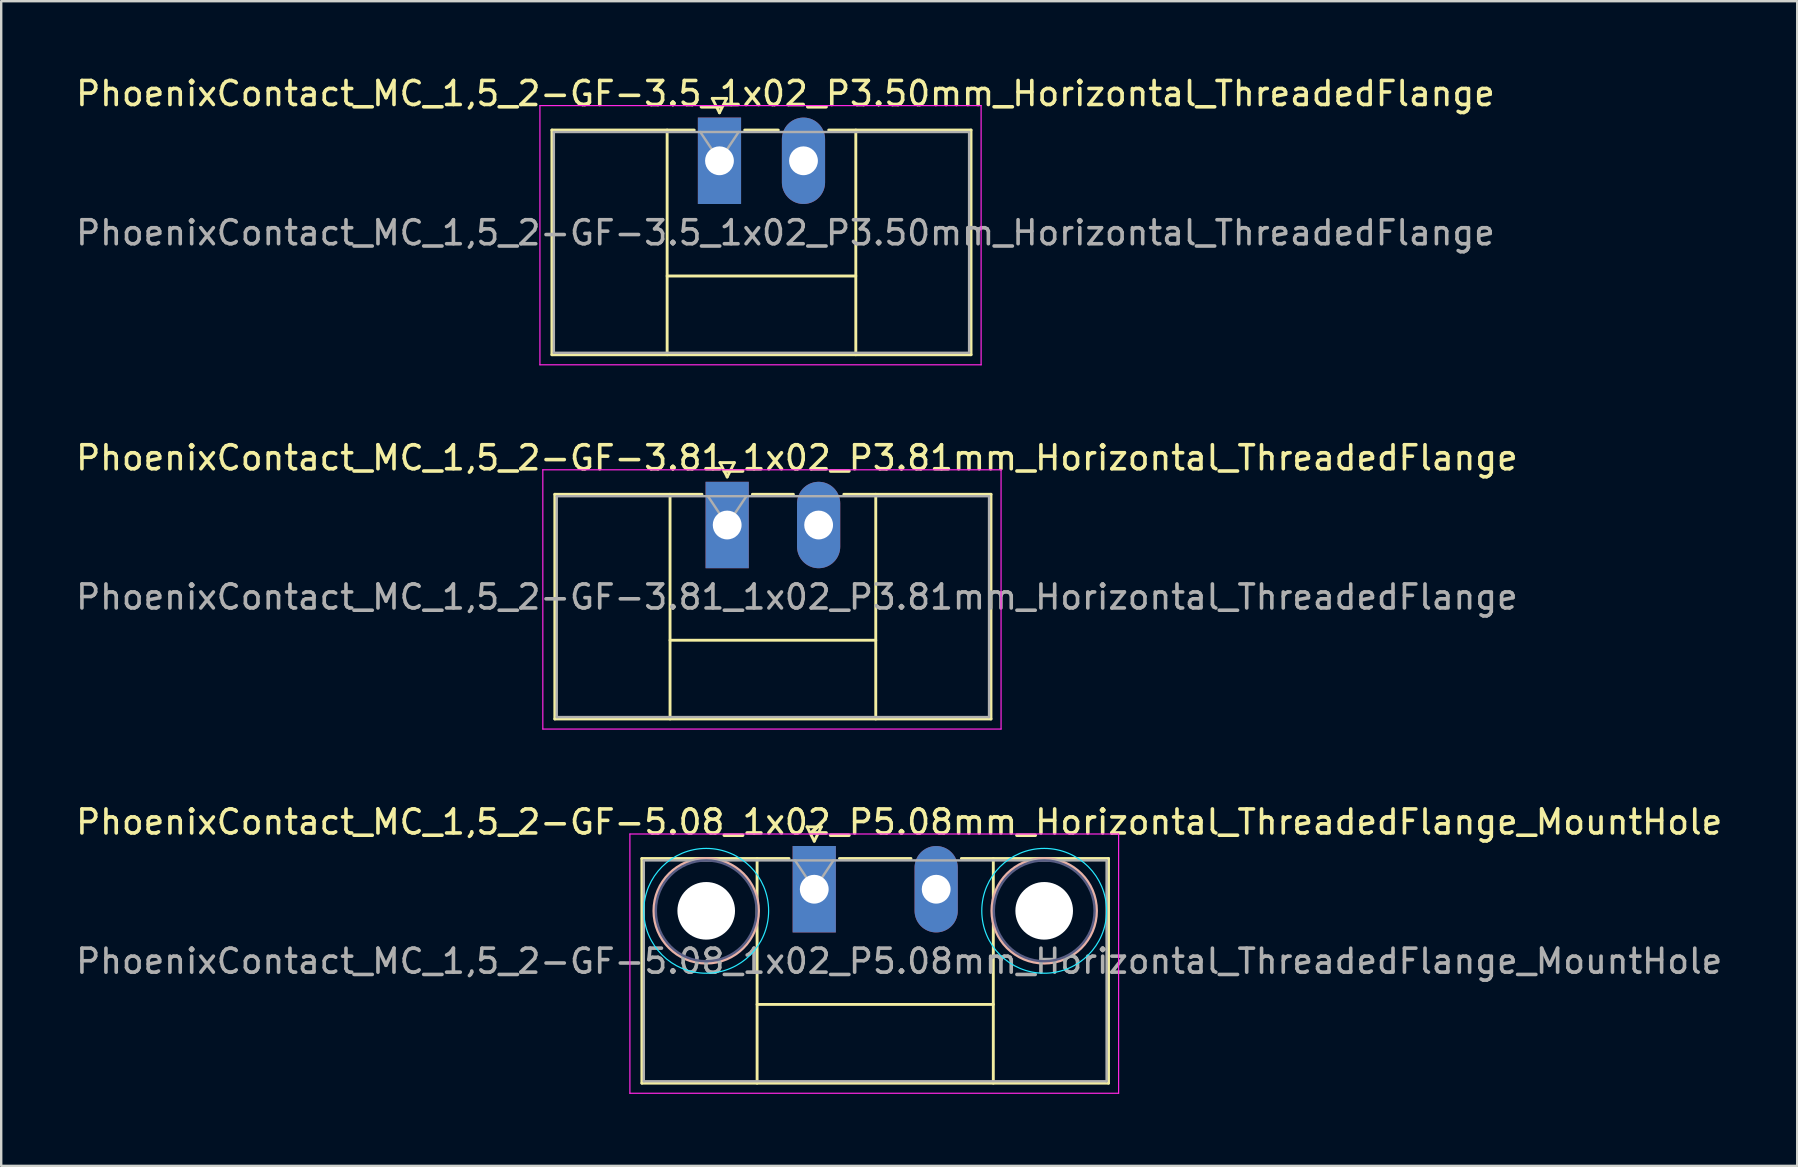
<source format=kicad_pcb>
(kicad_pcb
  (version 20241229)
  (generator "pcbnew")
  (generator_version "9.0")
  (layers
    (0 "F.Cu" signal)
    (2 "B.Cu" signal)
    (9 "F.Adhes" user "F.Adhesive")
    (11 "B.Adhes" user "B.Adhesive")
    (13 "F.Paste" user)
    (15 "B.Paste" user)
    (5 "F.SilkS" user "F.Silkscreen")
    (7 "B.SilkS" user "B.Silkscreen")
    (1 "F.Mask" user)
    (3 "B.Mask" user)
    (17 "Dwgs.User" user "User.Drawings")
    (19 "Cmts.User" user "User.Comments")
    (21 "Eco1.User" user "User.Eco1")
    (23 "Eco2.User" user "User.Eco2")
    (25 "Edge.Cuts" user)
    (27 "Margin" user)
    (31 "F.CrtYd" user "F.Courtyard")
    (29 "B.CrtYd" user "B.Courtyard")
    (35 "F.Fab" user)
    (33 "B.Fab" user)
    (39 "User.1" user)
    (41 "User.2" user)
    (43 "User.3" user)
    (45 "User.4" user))
  (footprint "PhoenixContact_MC_1,5_2-GF-3.81_1x02_P3.81mm_Horizontal_ThreadedFlange"
    (layer "F.Cu")
    (at 27.244 18.822)
    (property "Reference" "PhoenixContact_MC_1,5_2-GF-3.81_1x02_P3.81mm_Horizontal_ThreadedFlange" (at 2.905 -2.8 0) (layer "F.SilkS") (effects (font (size 1 1) (thickness 0.15))))
    (attr through_hole)
    (fp_line (start -7.18 -1.28) (end -7.18 8.08) (stroke (width 0.12) (type solid)) (layer "F.SilkS"))
    (fp_line (start -7.18 -1.28) (end -1.05 -1.28) (stroke (width 0.12) (type solid)) (layer "F.SilkS"))
    (fp_line (start -7.18 8.08) (end 10.99 8.08) (stroke (width 0.12) (type solid)) (layer "F.SilkS"))
    (fp_line (start -2.38 -1.28) (end -2.38 8.08) (stroke (width 0.12) (type solid)) (layer "F.SilkS"))
    (fp_line (start -2.38 4.8) (end 6.19 4.8) (stroke (width 0.12) (type solid)) (layer "F.SilkS"))
    (fp_line (start -0.3 -2.6) (end 0.3 -2.6) (stroke (width 0.12) (type solid)) (layer "F.SilkS"))
    (fp_line (start 0 -2) (end -0.3 -2.6) (stroke (width 0.12) (type solid)) (layer "F.SilkS"))
    (fp_line (start 0.3 -2.6) (end 0 -2) (stroke (width 0.12) (type solid)) (layer "F.SilkS"))
    (fp_line (start 1.05 -1.28) (end 2.76 -1.28) (stroke (width 0.12) (type solid)) (layer "F.SilkS"))
    (fp_line (start 6.19 -1.28) (end 6.19 8.08) (stroke (width 0.12) (type solid)) (layer "F.SilkS"))
    (fp_line (start 10.99 -1.28) (end 4.86 -1.28) (stroke (width 0.12) (type solid)) (layer "F.SilkS"))
    (fp_line (start 10.99 8.08) (end 10.99 -1.28) (stroke (width 0.12) (type solid)) (layer "F.SilkS"))
    (fp_line (start -7.68 -2.3) (end -7.68 8.5) (stroke (width 0.05) (type solid)) (layer "F.CrtYd"))
    (fp_line (start -7.68 8.5) (end 11.41 8.5) (stroke (width 0.05) (type solid)) (layer "F.CrtYd"))
    (fp_line (start 11.41 -2.3) (end -7.68 -2.3) (stroke (width 0.05) (type solid)) (layer "F.CrtYd"))
    (fp_line (start 11.41 8.5) (end 11.41 -2.3) (stroke (width 0.05) (type solid)) (layer "F.CrtYd"))
    (fp_line (start -7.1 -1.2) (end -7.1 8) (stroke (width 0.1) (type solid)) (layer "F.Fab"))
    (fp_line (start -7.1 8) (end 10.91 8) (stroke (width 0.1) (type solid)) (layer "F.Fab"))
    (fp_line (start 0 0) (end -0.8 -1.2) (stroke (width 0.1) (type solid)) (layer "F.Fab"))
    (fp_line (start 0.8 -1.2) (end 0 0) (stroke (width 0.1) (type solid)) (layer "F.Fab"))
    (fp_line (start 10.91 -1.2) (end -7.1 -1.2) (stroke (width 0.1) (type solid)) (layer "F.Fab"))
    (fp_line (start 10.91 8) (end 10.91 -1.2) (stroke (width 0.1) (type solid)) (layer "F.Fab"))
    (fp_text user "${REFERENCE}" (at 2.905 3 0) (layer "F.Fab") (effects (font (size 1 1) (thickness 0.15))))
    (pad "1" thru_hole rect (at 0 0) (size 1.8 3.6) (drill 1.2) (layers "*.Cu" "*.Mask"))
    (pad "2" thru_hole oval (at 3.81 0) (size 1.8 3.6) (drill 1.2) (layers "*.Cu" "*.Mask")))
  (footprint "PhoenixContact_MC_1,5_2-GF-5.08_1x02_P5.08mm_Horizontal_ThreadedFlange_MountHole"
    (layer "F.Cu")
    (at 30.871 33.995)
    (property "Reference" "PhoenixContact_MC_1,5_2-GF-5.08_1x02_P5.08mm_Horizontal_ThreadedFlange_MountHole" (at 3.54 -2.8 0) (layer "F.SilkS") (effects (font (size 1 1) (thickness 0.15))))
    (attr through_hole)
    (fp_line (start -7.18 -1.28) (end -7.18 8.08) (stroke (width 0.12) (type solid)) (layer "F.SilkS"))
    (fp_line (start -7.18 -1.28) (end -1.05 -1.28) (stroke (width 0.12) (type solid)) (layer "F.SilkS"))
    (fp_line (start -7.18 8.08) (end 12.26 8.08) (stroke (width 0.12) (type solid)) (layer "F.SilkS"))
    (fp_line (start -2.38 -1.28) (end -2.38 8.08) (stroke (width 0.12) (type solid)) (layer "F.SilkS"))
    (fp_line (start -2.38 4.8) (end 7.46 4.8) (stroke (width 0.12) (type solid)) (layer "F.SilkS"))
    (fp_line (start -0.3 -2.6) (end 0.3 -2.6) (stroke (width 0.12) (type solid)) (layer "F.SilkS"))
    (fp_line (start 0 -2) (end -0.3 -2.6) (stroke (width 0.12) (type solid)) (layer "F.SilkS"))
    (fp_line (start 0.3 -2.6) (end 0 -2) (stroke (width 0.12) (type solid)) (layer "F.SilkS"))
    (fp_line (start 1.05 -1.28) (end 4.03 -1.28) (stroke (width 0.12) (type solid)) (layer "F.SilkS"))
    (fp_line (start 7.46 -1.28) (end 7.46 8.08) (stroke (width 0.12) (type solid)) (layer "F.SilkS"))
    (fp_line (start 12.26 -1.28) (end 6.13 -1.28) (stroke (width 0.12) (type solid)) (layer "F.SilkS"))
    (fp_line (start 12.26 8.08) (end 12.26 -1.28) (stroke (width 0.12) (type solid)) (layer "F.SilkS"))
    (fp_circle (center -4.5 0.9) (end -2.32 0.9) (stroke (width 0.12) (type solid)) (fill no) (layer "B.SilkS"))
    (fp_circle (center 9.58 0.9) (end 11.76 0.9) (stroke (width 0.12) (type solid)) (fill no) (layer "B.SilkS"))
    (fp_circle (center -4.5 0.9) (end -1.9 0.9) (stroke (width 0.05) (type solid)) (fill no) (layer "B.CrtYd"))
    (fp_circle (center 9.58 0.9) (end 12.18 0.9) (stroke (width 0.05) (type solid)) (fill no) (layer "B.CrtYd"))
    (fp_line (start -7.68 -2.3) (end -7.68 8.5) (stroke (width 0.05) (type solid)) (layer "F.CrtYd"))
    (fp_line (start -7.68 8.5) (end 12.68 8.5) (stroke (width 0.05) (type solid)) (layer "F.CrtYd"))
    (fp_line (start 12.68 -2.3) (end -7.68 -2.3) (stroke (width 0.05) (type solid)) (layer "F.CrtYd"))
    (fp_line (start 12.68 8.5) (end 12.68 -2.3) (stroke (width 0.05) (type solid)) (layer "F.CrtYd"))
    (fp_circle (center -4.5 0.9) (end -2.4 0.9) (stroke (width 0.1) (type solid)) (fill no) (layer "B.Fab"))
    (fp_circle (center 9.58 0.9) (end 11.68 0.9) (stroke (width 0.1) (type solid)) (fill no) (layer "B.Fab"))
    (fp_line (start -7.1 -1.2) (end -7.1 8) (stroke (width 0.1) (type solid)) (layer "F.Fab"))
    (fp_line (start -7.1 8) (end 12.18 8) (stroke (width 0.1) (type solid)) (layer "F.Fab"))
    (fp_line (start 0 0) (end -0.8 -1.2) (stroke (width 0.1) (type solid)) (layer "F.Fab"))
    (fp_line (start 0.8 -1.2) (end 0 0) (stroke (width 0.1) (type solid)) (layer "F.Fab"))
    (fp_line (start 12.18 -1.2) (end -7.1 -1.2) (stroke (width 0.1) (type solid)) (layer "F.Fab"))
    (fp_line (start 12.18 8) (end 12.18 -1.2) (stroke (width 0.1) (type solid)) (layer "F.Fab"))
    (fp_text user "${REFERENCE}" (at 3.54 3 0) (layer "F.Fab") (effects (font (size 1 1) (thickness 0.15))))
    (pad "" np_thru_hole circle (at -4.5 0.9) (size 2.4 2.4) (drill 2.4) (layers "*.Cu" "*.Mask"))
    (pad "" np_thru_hole circle (at 9.58 0.9) (size 2.4 2.4) (drill 2.4) (layers "*.Cu" "*.Mask"))
    (pad "1" thru_hole rect (at 0 0) (size 1.8 3.6) (drill 1.2) (layers "*.Cu" "*.Mask"))
    (pad "2" thru_hole oval (at 5.08 0) (size 1.8 3.6) (drill 1.2) (layers "*.Cu" "*.Mask")))
  (footprint "PhoenixContact_MC_1,5_2-GF-3.5_1x02_P3.50mm_Horizontal_ThreadedFlange"
    (layer "F.Cu")
    (at 26.923 3.648)
    (property "Reference" "PhoenixContact_MC_1,5_2-GF-3.5_1x02_P3.50mm_Horizontal_ThreadedFlange" (at 2.75 -2.8 0) (layer "F.SilkS") (effects (font (size 1 1) (thickness 0.15))))
    (attr through_hole)
    (fp_line (start -6.98 -1.28) (end -6.98 8.08) (stroke (width 0.12) (type solid)) (layer "F.SilkS"))
    (fp_line (start -6.98 -1.28) (end -1.05 -1.28) (stroke (width 0.12) (type solid)) (layer "F.SilkS"))
    (fp_line (start -6.98 8.08) (end 10.48 8.08) (stroke (width 0.12) (type solid)) (layer "F.SilkS"))
    (fp_line (start -2.18 -1.28) (end -2.18 8.08) (stroke (width 0.12) (type solid)) (layer "F.SilkS"))
    (fp_line (start -2.18 4.8) (end 5.68 4.8) (stroke (width 0.12) (type solid)) (layer "F.SilkS"))
    (fp_line (start -0.3 -2.6) (end 0.3 -2.6) (stroke (width 0.12) (type solid)) (layer "F.SilkS"))
    (fp_line (start 0 -2) (end -0.3 -2.6) (stroke (width 0.12) (type solid)) (layer "F.SilkS"))
    (fp_line (start 0.3 -2.6) (end 0 -2) (stroke (width 0.12) (type solid)) (layer "F.SilkS"))
    (fp_line (start 1.05 -1.28) (end 2.45 -1.28) (stroke (width 0.12) (type solid)) (layer "F.SilkS"))
    (fp_line (start 5.68 -1.28) (end 5.68 8.08) (stroke (width 0.12) (type solid)) (layer "F.SilkS"))
    (fp_line (start 10.48 -1.28) (end 4.55 -1.28) (stroke (width 0.12) (type solid)) (layer "F.SilkS"))
    (fp_line (start 10.48 8.08) (end 10.48 -1.28) (stroke (width 0.12) (type solid)) (layer "F.SilkS"))
    (fp_line (start -7.48 -2.3) (end -7.48 8.5) (stroke (width 0.05) (type solid)) (layer "F.CrtYd"))
    (fp_line (start -7.48 8.5) (end 10.9 8.5) (stroke (width 0.05) (type solid)) (layer "F.CrtYd"))
    (fp_line (start 10.9 -2.3) (end -7.48 -2.3) (stroke (width 0.05) (type solid)) (layer "F.CrtYd"))
    (fp_line (start 10.9 8.5) (end 10.9 -2.3) (stroke (width 0.05) (type solid)) (layer "F.CrtYd"))
    (fp_line (start -6.9 -1.2) (end -6.9 8) (stroke (width 0.1) (type solid)) (layer "F.Fab"))
    (fp_line (start -6.9 8) (end 10.4 8) (stroke (width 0.1) (type solid)) (layer "F.Fab"))
    (fp_line (start 0 0) (end -0.8 -1.2) (stroke (width 0.1) (type solid)) (layer "F.Fab"))
    (fp_line (start 0.8 -1.2) (end 0 0) (stroke (width 0.1) (type solid)) (layer "F.Fab"))
    (fp_line (start 10.4 -1.2) (end -6.9 -1.2) (stroke (width 0.1) (type solid)) (layer "F.Fab"))
    (fp_line (start 10.4 8) (end 10.4 -1.2) (stroke (width 0.1) (type solid)) (layer "F.Fab"))
    (fp_text user "${REFERENCE}" (at 2.75 3 0) (layer "F.Fab") (effects (font (size 1 1) (thickness 0.15))))
    (pad "1" thru_hole rect (at 0 0) (size 1.8 3.6) (drill 1.2) (layers "*.Cu" "*.Mask"))
    (pad "2" thru_hole oval (at 3.5 0) (size 1.8 3.6) (drill 1.2) (layers "*.Cu" "*.Mask")))
  (gr_rect
    (start -3 -3)
    (end 71.821 45.52)
    (stroke (width 0.1) (type default))
    (fill no)
    (layer "Edge.Cuts")))
</source>
